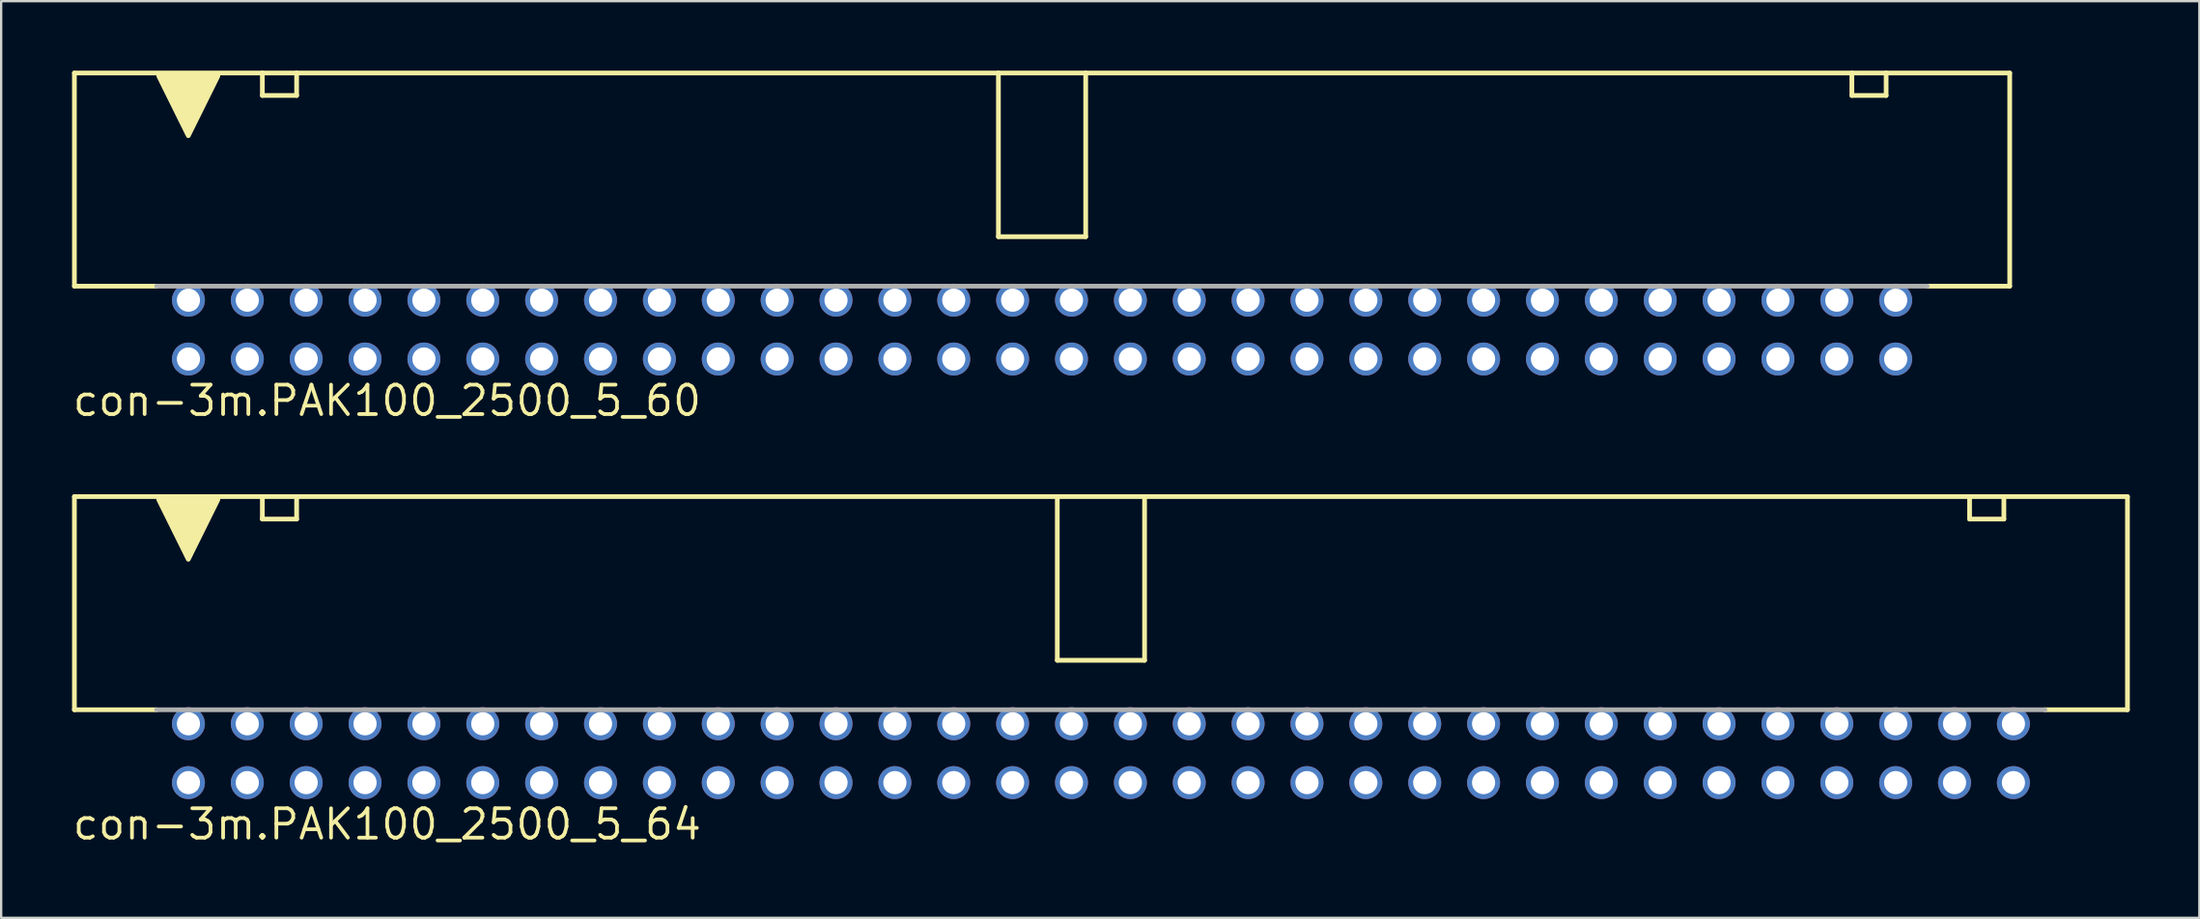
<source format=kicad_pcb>
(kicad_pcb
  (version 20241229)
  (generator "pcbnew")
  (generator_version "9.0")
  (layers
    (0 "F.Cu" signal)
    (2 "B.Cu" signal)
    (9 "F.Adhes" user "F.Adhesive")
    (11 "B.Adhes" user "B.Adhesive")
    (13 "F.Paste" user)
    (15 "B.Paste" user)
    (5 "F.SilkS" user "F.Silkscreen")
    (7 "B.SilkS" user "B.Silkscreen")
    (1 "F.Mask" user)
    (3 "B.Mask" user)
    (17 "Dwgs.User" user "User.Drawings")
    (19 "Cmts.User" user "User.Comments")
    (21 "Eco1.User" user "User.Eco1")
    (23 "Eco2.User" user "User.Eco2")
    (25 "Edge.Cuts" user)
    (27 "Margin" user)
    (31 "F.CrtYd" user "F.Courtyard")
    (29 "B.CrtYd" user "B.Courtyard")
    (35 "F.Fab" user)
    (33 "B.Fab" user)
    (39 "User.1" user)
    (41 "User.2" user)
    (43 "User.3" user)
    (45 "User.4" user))
  (footprint "con-3m.PAK100_2500_5_60"
    (layer "F.Cu")
    (at 41.91 11.177)
    (property "Reference" "con-3m.PAK100_2500_5_60" (at -41.91 3.81 0) (layer "F.SilkS") (effects (font (size 1.27 1.27) (thickness 0.16)) (justify left bottom)))
    (attr through_hole)
    (fp_line (start -41.75 -11.075) (end -41.75 -1.875) (stroke (width 0.203) (type default)) (layer "F.SilkS"))
    (fp_line (start -38.206 -1.875) (end -41.75 -1.875) (stroke (width 0.203) (type default)) (layer "F.SilkS"))
    (fp_line (start -33.641 -11.075) (end -41.75 -11.075) (stroke (width 0.203) (type default)) (layer "F.SilkS"))
    (fp_line (start -33.641 -11.075) (end -32.162 -11.075) (stroke (width 0.203) (type default)) (layer "F.SilkS"))
    (fp_line (start -33.641 -10.105) (end -33.641 -11.075) (stroke (width 0.203) (type default)) (layer "F.SilkS"))
    (fp_line (start -32.162 -11.075) (end -32.162 -10.105) (stroke (width 0.203) (type default)) (layer "F.SilkS"))
    (fp_line (start -32.162 -10.105) (end -33.641 -10.105) (stroke (width 0.203) (type default)) (layer "F.SilkS"))
    (fp_line (start -1.883 -11.075) (end -32.162 -11.075) (stroke (width 0.203) (type default)) (layer "F.SilkS"))
    (fp_line (start -1.883 -4.01) (end -1.883 -11.075) (stroke (width 0.203) (type default)) (layer "F.SilkS"))
    (fp_line (start 1.883 -11.075) (end -1.883 -11.075) (stroke (width 0.203) (type default)) (layer "F.SilkS"))
    (fp_line (start 1.883 -11.075) (end 1.883 -4.01) (stroke (width 0.203) (type default)) (layer "F.SilkS"))
    (fp_line (start 1.883 -4.01) (end -1.883 -4.01) (stroke (width 0.203) (type default)) (layer "F.SilkS"))
    (fp_line (start 34.939 -11.075) (end 1.883 -11.075) (stroke (width 0.203) (type default)) (layer "F.SilkS"))
    (fp_line (start 34.939 -11.075) (end 36.418 -11.075) (stroke (width 0.203) (type default)) (layer "F.SilkS"))
    (fp_line (start 34.939 -10.105) (end 34.939 -11.075) (stroke (width 0.203) (type default)) (layer "F.SilkS"))
    (fp_line (start 36.418 -11.075) (end 36.418 -10.105) (stroke (width 0.203) (type default)) (layer "F.SilkS"))
    (fp_line (start 36.418 -10.105) (end 34.939 -10.105) (stroke (width 0.203) (type default)) (layer "F.SilkS"))
    (fp_line (start 41.75 -11.075) (end 36.418 -11.075) (stroke (width 0.203) (type default)) (layer "F.SilkS"))
    (fp_line (start 41.75 -1.875) (end 38.193 -1.875) (stroke (width 0.203) (type default)) (layer "F.SilkS"))
    (fp_line (start 41.75 -1.875) (end 41.75 -11.075) (stroke (width 0.203) (type default)) (layer "F.SilkS"))
    (fp_poly (pts (xy -38.11 -10.945) (xy -35.56 -10.945) (xy -36.835 -8.37)) (stroke (width 0.203) (type default)) (fill yes) (layer "F.SilkS"))
    (fp_line (start 38.189 -1.875) (end -38.202 -1.875) (stroke (width 0.203) (type default)) (layer "F.Fab"))
    (pad "1" thru_hole circle (at -36.83 1.27) (size 1.422 1.422) (drill 1) (layers "*.Cu" "*.Mask"))
    (pad "2" thru_hole circle (at -36.83 -1.27) (size 1.422 1.422) (drill 1) (layers "*.Cu" "*.Mask"))
    (pad "3" thru_hole circle (at -34.29 1.27) (size 1.422 1.422) (drill 1) (layers "*.Cu" "*.Mask"))
    (pad "4" thru_hole circle (at -34.29 -1.27) (size 1.422 1.422) (drill 1) (layers "*.Cu" "*.Mask"))
    (pad "5" thru_hole circle (at -31.75 1.27) (size 1.422 1.422) (drill 1) (layers "*.Cu" "*.Mask"))
    (pad "6" thru_hole circle (at -31.75 -1.27) (size 1.422 1.422) (drill 1) (layers "*.Cu" "*.Mask"))
    (pad "7" thru_hole circle (at -29.21 1.27) (size 1.422 1.422) (drill 1) (layers "*.Cu" "*.Mask"))
    (pad "8" thru_hole circle (at -29.21 -1.27) (size 1.422 1.422) (drill 1) (layers "*.Cu" "*.Mask"))
    (pad "9" thru_hole circle (at -26.67 1.27) (size 1.422 1.422) (drill 1) (layers "*.Cu" "*.Mask"))
    (pad "10" thru_hole circle (at -26.67 -1.27) (size 1.422 1.422) (drill 1) (layers "*.Cu" "*.Mask"))
    (pad "11" thru_hole circle (at -24.13 1.27) (size 1.422 1.422) (drill 1) (layers "*.Cu" "*.Mask"))
    (pad "12" thru_hole circle (at -24.13 -1.27) (size 1.422 1.422) (drill 1) (layers "*.Cu" "*.Mask"))
    (pad "13" thru_hole circle (at -21.59 1.27) (size 1.422 1.422) (drill 1) (layers "*.Cu" "*.Mask"))
    (pad "14" thru_hole circle (at -21.59 -1.27) (size 1.422 1.422) (drill 1) (layers "*.Cu" "*.Mask"))
    (pad "15" thru_hole circle (at -19.05 1.27) (size 1.422 1.422) (drill 1) (layers "*.Cu" "*.Mask"))
    (pad "16" thru_hole circle (at -19.05 -1.27) (size 1.422 1.422) (drill 1) (layers "*.Cu" "*.Mask"))
    (pad "17" thru_hole circle (at -16.51 1.27) (size 1.422 1.422) (drill 1) (layers "*.Cu" "*.Mask"))
    (pad "18" thru_hole circle (at -16.51 -1.27) (size 1.422 1.422) (drill 1) (layers "*.Cu" "*.Mask"))
    (pad "19" thru_hole circle (at -13.97 1.27) (size 1.422 1.422) (drill 1) (layers "*.Cu" "*.Mask"))
    (pad "20" thru_hole circle (at -13.97 -1.27) (size 1.422 1.422) (drill 1) (layers "*.Cu" "*.Mask"))
    (pad "21" thru_hole circle (at -11.43 1.27) (size 1.422 1.422) (drill 1) (layers "*.Cu" "*.Mask"))
    (pad "22" thru_hole circle (at -11.43 -1.27) (size 1.422 1.422) (drill 1) (layers "*.Cu" "*.Mask"))
    (pad "23" thru_hole circle (at -8.89 1.27) (size 1.422 1.422) (drill 1) (layers "*.Cu" "*.Mask"))
    (pad "24" thru_hole circle (at -8.89 -1.27) (size 1.422 1.422) (drill 1) (layers "*.Cu" "*.Mask"))
    (pad "25" thru_hole circle (at -6.35 1.27) (size 1.422 1.422) (drill 1) (layers "*.Cu" "*.Mask"))
    (pad "26" thru_hole circle (at -6.35 -1.27) (size 1.422 1.422) (drill 1) (layers "*.Cu" "*.Mask"))
    (pad "27" thru_hole circle (at -3.81 1.27) (size 1.422 1.422) (drill 1) (layers "*.Cu" "*.Mask"))
    (pad "28" thru_hole circle (at -3.81 -1.27) (size 1.422 1.422) (drill 1) (layers "*.Cu" "*.Mask"))
    (pad "29" thru_hole circle (at -1.27 1.27) (size 1.422 1.422) (drill 1) (layers "*.Cu" "*.Mask"))
    (pad "30" thru_hole circle (at -1.27 -1.27) (size 1.422 1.422) (drill 1) (layers "*.Cu" "*.Mask"))
    (pad "31" thru_hole circle (at 1.27 1.27) (size 1.422 1.422) (drill 1) (layers "*.Cu" "*.Mask"))
    (pad "32" thru_hole circle (at 1.27 -1.27) (size 1.422 1.422) (drill 1) (layers "*.Cu" "*.Mask"))
    (pad "33" thru_hole circle (at 3.81 1.27) (size 1.422 1.422) (drill 1) (layers "*.Cu" "*.Mask"))
    (pad "34" thru_hole circle (at 3.81 -1.27) (size 1.422 1.422) (drill 1) (layers "*.Cu" "*.Mask"))
    (pad "35" thru_hole circle (at 6.35 1.27) (size 1.422 1.422) (drill 1) (layers "*.Cu" "*.Mask"))
    (pad "36" thru_hole circle (at 6.35 -1.27) (size 1.422 1.422) (drill 1) (layers "*.Cu" "*.Mask"))
    (pad "37" thru_hole circle (at 8.89 1.27) (size 1.422 1.422) (drill 1) (layers "*.Cu" "*.Mask"))
    (pad "38" thru_hole circle (at 8.89 -1.27) (size 1.422 1.422) (drill 1) (layers "*.Cu" "*.Mask"))
    (pad "39" thru_hole circle (at 11.43 1.27) (size 1.422 1.422) (drill 1) (layers "*.Cu" "*.Mask"))
    (pad "40" thru_hole circle (at 11.43 -1.27) (size 1.422 1.422) (drill 1) (layers "*.Cu" "*.Mask"))
    (pad "41" thru_hole circle (at 13.97 1.27) (size 1.422 1.422) (drill 1) (layers "*.Cu" "*.Mask"))
    (pad "42" thru_hole circle (at 13.97 -1.27) (size 1.422 1.422) (drill 1) (layers "*.Cu" "*.Mask"))
    (pad "43" thru_hole circle (at 16.51 1.27) (size 1.422 1.422) (drill 1) (layers "*.Cu" "*.Mask"))
    (pad "44" thru_hole circle (at 16.51 -1.27) (size 1.422 1.422) (drill 1) (layers "*.Cu" "*.Mask"))
    (pad "45" thru_hole circle (at 19.05 1.27) (size 1.422 1.422) (drill 1) (layers "*.Cu" "*.Mask"))
    (pad "46" thru_hole circle (at 19.05 -1.27) (size 1.422 1.422) (drill 1) (layers "*.Cu" "*.Mask"))
    (pad "47" thru_hole circle (at 21.59 1.27) (size 1.422 1.422) (drill 1) (layers "*.Cu" "*.Mask"))
    (pad "48" thru_hole circle (at 21.59 -1.27) (size 1.422 1.422) (drill 1) (layers "*.Cu" "*.Mask"))
    (pad "49" thru_hole circle (at 24.13 1.27) (size 1.422 1.422) (drill 1) (layers "*.Cu" "*.Mask"))
    (pad "50" thru_hole circle (at 24.13 -1.27) (size 1.422 1.422) (drill 1) (layers "*.Cu" "*.Mask"))
    (pad "51" thru_hole circle (at 26.67 1.27) (size 1.422 1.422) (drill 1) (layers "*.Cu" "*.Mask"))
    (pad "52" thru_hole circle (at 26.67 -1.27) (size 1.422 1.422) (drill 1) (layers "*.Cu" "*.Mask"))
    (pad "53" thru_hole circle (at 29.21 1.27) (size 1.422 1.422) (drill 1) (layers "*.Cu" "*.Mask"))
    (pad "54" thru_hole circle (at 29.21 -1.27) (size 1.422 1.422) (drill 1) (layers "*.Cu" "*.Mask"))
    (pad "55" thru_hole circle (at 31.75 1.27) (size 1.422 1.422) (drill 1) (layers "*.Cu" "*.Mask"))
    (pad "56" thru_hole circle (at 31.75 -1.27) (size 1.422 1.422) (drill 1) (layers "*.Cu" "*.Mask"))
    (pad "57" thru_hole circle (at 34.29 1.27) (size 1.422 1.422) (drill 1) (layers "*.Cu" "*.Mask"))
    (pad "58" thru_hole circle (at 34.29 -1.27) (size 1.422 1.422) (drill 1) (layers "*.Cu" "*.Mask"))
    (pad "59" thru_hole circle (at 36.83 1.27) (size 1.422 1.422) (drill 1) (layers "*.Cu" "*.Mask"))
    (pad "60" thru_hole circle (at 36.83 -1.27) (size 1.422 1.422) (drill 1) (layers "*.Cu" "*.Mask")))
  (footprint "con-3m.PAK100_2500_5_64"
    (layer "F.Cu")
    (at 44.45 29.461)
    (property "Reference" "con-3m.PAK100_2500_5_64" (at -44.45 3.81 0) (layer "F.SilkS") (effects (font (size 1.27 1.27) (thickness 0.16)) (justify left bottom)))
    (attr through_hole)
    (fp_line (start -44.29 -11.075) (end -44.29 -1.875) (stroke (width 0.203) (type default)) (layer "F.SilkS"))
    (fp_line (start -40.746 -1.875) (end -44.29 -1.875) (stroke (width 0.203) (type default)) (layer "F.SilkS"))
    (fp_line (start -36.181 -11.075) (end -44.29 -11.075) (stroke (width 0.203) (type default)) (layer "F.SilkS"))
    (fp_line (start -36.181 -11.075) (end -34.702 -11.075) (stroke (width 0.203) (type default)) (layer "F.SilkS"))
    (fp_line (start -36.181 -10.105) (end -36.181 -11.075) (stroke (width 0.203) (type default)) (layer "F.SilkS"))
    (fp_line (start -34.702 -11.075) (end -34.702 -10.105) (stroke (width 0.203) (type default)) (layer "F.SilkS"))
    (fp_line (start -34.702 -10.105) (end -36.181 -10.105) (stroke (width 0.203) (type default)) (layer "F.SilkS"))
    (fp_line (start -1.883 -11.075) (end -34.702 -11.075) (stroke (width 0.203) (type default)) (layer "F.SilkS"))
    (fp_line (start -1.883 -4.01) (end -1.883 -11.075) (stroke (width 0.203) (type default)) (layer "F.SilkS"))
    (fp_line (start 1.883 -11.075) (end -1.883 -11.075) (stroke (width 0.203) (type default)) (layer "F.SilkS"))
    (fp_line (start 1.883 -11.075) (end 1.883 -4.01) (stroke (width 0.203) (type default)) (layer "F.SilkS"))
    (fp_line (start 1.883 -4.01) (end -1.883 -4.01) (stroke (width 0.203) (type default)) (layer "F.SilkS"))
    (fp_line (start 37.479 -11.075) (end 1.883 -11.075) (stroke (width 0.203) (type default)) (layer "F.SilkS"))
    (fp_line (start 37.479 -11.075) (end 38.958 -11.075) (stroke (width 0.203) (type default)) (layer "F.SilkS"))
    (fp_line (start 37.479 -10.105) (end 37.479 -11.075) (stroke (width 0.203) (type default)) (layer "F.SilkS"))
    (fp_line (start 38.958 -11.075) (end 38.958 -10.105) (stroke (width 0.203) (type default)) (layer "F.SilkS"))
    (fp_line (start 38.958 -10.105) (end 37.479 -10.105) (stroke (width 0.203) (type default)) (layer "F.SilkS"))
    (fp_line (start 44.29 -11.075) (end 38.958 -11.075) (stroke (width 0.203) (type default)) (layer "F.SilkS"))
    (fp_line (start 44.29 -1.875) (end 40.733 -1.875) (stroke (width 0.203) (type default)) (layer "F.SilkS"))
    (fp_line (start 44.29 -1.875) (end 44.29 -11.075) (stroke (width 0.203) (type default)) (layer "F.SilkS"))
    (fp_poly (pts (xy -40.65 -10.945) (xy -38.1 -10.945) (xy -39.375 -8.37)) (stroke (width 0.203) (type default)) (fill yes) (layer "F.SilkS"))
    (fp_line (start 40.729 -1.875) (end -40.742 -1.875) (stroke (width 0.203) (type default)) (layer "F.Fab"))
    (pad "1" thru_hole circle (at -39.37 1.27) (size 1.422 1.422) (drill 1) (layers "*.Cu" "*.Mask"))
    (pad "2" thru_hole circle (at -39.37 -1.27) (size 1.422 1.422) (drill 1) (layers "*.Cu" "*.Mask"))
    (pad "3" thru_hole circle (at -36.83 1.27) (size 1.422 1.422) (drill 1) (layers "*.Cu" "*.Mask"))
    (pad "4" thru_hole circle (at -36.83 -1.27) (size 1.422 1.422) (drill 1) (layers "*.Cu" "*.Mask"))
    (pad "5" thru_hole circle (at -34.29 1.27) (size 1.422 1.422) (drill 1) (layers "*.Cu" "*.Mask"))
    (pad "6" thru_hole circle (at -34.29 -1.27) (size 1.422 1.422) (drill 1) (layers "*.Cu" "*.Mask"))
    (pad "7" thru_hole circle (at -31.75 1.27) (size 1.422 1.422) (drill 1) (layers "*.Cu" "*.Mask"))
    (pad "8" thru_hole circle (at -31.75 -1.27) (size 1.422 1.422) (drill 1) (layers "*.Cu" "*.Mask"))
    (pad "9" thru_hole circle (at -29.21 1.27) (size 1.422 1.422) (drill 1) (layers "*.Cu" "*.Mask"))
    (pad "10" thru_hole circle (at -29.21 -1.27) (size 1.422 1.422) (drill 1) (layers "*.Cu" "*.Mask"))
    (pad "11" thru_hole circle (at -26.67 1.27) (size 1.422 1.422) (drill 1) (layers "*.Cu" "*.Mask"))
    (pad "12" thru_hole circle (at -26.67 -1.27) (size 1.422 1.422) (drill 1) (layers "*.Cu" "*.Mask"))
    (pad "13" thru_hole circle (at -24.13 1.27) (size 1.422 1.422) (drill 1) (layers "*.Cu" "*.Mask"))
    (pad "14" thru_hole circle (at -24.13 -1.27) (size 1.422 1.422) (drill 1) (layers "*.Cu" "*.Mask"))
    (pad "15" thru_hole circle (at -21.59 1.27) (size 1.422 1.422) (drill 1) (layers "*.Cu" "*.Mask"))
    (pad "16" thru_hole circle (at -21.59 -1.27) (size 1.422 1.422) (drill 1) (layers "*.Cu" "*.Mask"))
    (pad "17" thru_hole circle (at -19.05 1.27) (size 1.422 1.422) (drill 1) (layers "*.Cu" "*.Mask"))
    (pad "18" thru_hole circle (at -19.05 -1.27) (size 1.422 1.422) (drill 1) (layers "*.Cu" "*.Mask"))
    (pad "19" thru_hole circle (at -16.51 1.27) (size 1.422 1.422) (drill 1) (layers "*.Cu" "*.Mask"))
    (pad "20" thru_hole circle (at -16.51 -1.27) (size 1.422 1.422) (drill 1) (layers "*.Cu" "*.Mask"))
    (pad "21" thru_hole circle (at -13.97 1.27) (size 1.422 1.422) (drill 1) (layers "*.Cu" "*.Mask"))
    (pad "22" thru_hole circle (at -13.97 -1.27) (size 1.422 1.422) (drill 1) (layers "*.Cu" "*.Mask"))
    (pad "23" thru_hole circle (at -11.43 1.27) (size 1.422 1.422) (drill 1) (layers "*.Cu" "*.Mask"))
    (pad "24" thru_hole circle (at -11.43 -1.27) (size 1.422 1.422) (drill 1) (layers "*.Cu" "*.Mask"))
    (pad "25" thru_hole circle (at -8.89 1.27) (size 1.422 1.422) (drill 1) (layers "*.Cu" "*.Mask"))
    (pad "26" thru_hole circle (at -8.89 -1.27) (size 1.422 1.422) (drill 1) (layers "*.Cu" "*.Mask"))
    (pad "27" thru_hole circle (at -6.35 1.27) (size 1.422 1.422) (drill 1) (layers "*.Cu" "*.Mask"))
    (pad "28" thru_hole circle (at -6.35 -1.27) (size 1.422 1.422) (drill 1) (layers "*.Cu" "*.Mask"))
    (pad "29" thru_hole circle (at -3.81 1.27) (size 1.422 1.422) (drill 1) (layers "*.Cu" "*.Mask"))
    (pad "30" thru_hole circle (at -3.81 -1.27) (size 1.422 1.422) (drill 1) (layers "*.Cu" "*.Mask"))
    (pad "31" thru_hole circle (at -1.27 1.27) (size 1.422 1.422) (drill 1) (layers "*.Cu" "*.Mask"))
    (pad "32" thru_hole circle (at -1.27 -1.27) (size 1.422 1.422) (drill 1) (layers "*.Cu" "*.Mask"))
    (pad "33" thru_hole circle (at 1.27 1.27) (size 1.422 1.422) (drill 1) (layers "*.Cu" "*.Mask"))
    (pad "34" thru_hole circle (at 1.27 -1.27) (size 1.422 1.422) (drill 1) (layers "*.Cu" "*.Mask"))
    (pad "35" thru_hole circle (at 3.81 1.27) (size 1.422 1.422) (drill 1) (layers "*.Cu" "*.Mask"))
    (pad "36" thru_hole circle (at 3.81 -1.27) (size 1.422 1.422) (drill 1) (layers "*.Cu" "*.Mask"))
    (pad "37" thru_hole circle (at 6.35 1.27) (size 1.422 1.422) (drill 1) (layers "*.Cu" "*.Mask"))
    (pad "38" thru_hole circle (at 6.35 -1.27) (size 1.422 1.422) (drill 1) (layers "*.Cu" "*.Mask"))
    (pad "39" thru_hole circle (at 8.89 1.27) (size 1.422 1.422) (drill 1) (layers "*.Cu" "*.Mask"))
    (pad "40" thru_hole circle (at 8.89 -1.27) (size 1.422 1.422) (drill 1) (layers "*.Cu" "*.Mask"))
    (pad "41" thru_hole circle (at 11.43 1.27) (size 1.422 1.422) (drill 1) (layers "*.Cu" "*.Mask"))
    (pad "42" thru_hole circle (at 11.43 -1.27) (size 1.422 1.422) (drill 1) (layers "*.Cu" "*.Mask"))
    (pad "43" thru_hole circle (at 13.97 1.27) (size 1.422 1.422) (drill 1) (layers "*.Cu" "*.Mask"))
    (pad "44" thru_hole circle (at 13.97 -1.27) (size 1.422 1.422) (drill 1) (layers "*.Cu" "*.Mask"))
    (pad "45" thru_hole circle (at 16.51 1.27) (size 1.422 1.422) (drill 1) (layers "*.Cu" "*.Mask"))
    (pad "46" thru_hole circle (at 16.51 -1.27) (size 1.422 1.422) (drill 1) (layers "*.Cu" "*.Mask"))
    (pad "47" thru_hole circle (at 19.05 1.27) (size 1.422 1.422) (drill 1) (layers "*.Cu" "*.Mask"))
    (pad "48" thru_hole circle (at 19.05 -1.27) (size 1.422 1.422) (drill 1) (layers "*.Cu" "*.Mask"))
    (pad "49" thru_hole circle (at 21.59 1.27) (size 1.422 1.422) (drill 1) (layers "*.Cu" "*.Mask"))
    (pad "50" thru_hole circle (at 21.59 -1.27) (size 1.422 1.422) (drill 1) (layers "*.Cu" "*.Mask"))
    (pad "51" thru_hole circle (at 24.13 1.27) (size 1.422 1.422) (drill 1) (layers "*.Cu" "*.Mask"))
    (pad "52" thru_hole circle (at 24.13 -1.27) (size 1.422 1.422) (drill 1) (layers "*.Cu" "*.Mask"))
    (pad "53" thru_hole circle (at 26.67 1.27) (size 1.422 1.422) (drill 1) (layers "*.Cu" "*.Mask"))
    (pad "54" thru_hole circle (at 26.67 -1.27) (size 1.422 1.422) (drill 1) (layers "*.Cu" "*.Mask"))
    (pad "55" thru_hole circle (at 29.21 1.27) (size 1.422 1.422) (drill 1) (layers "*.Cu" "*.Mask"))
    (pad "56" thru_hole circle (at 29.21 -1.27) (size 1.422 1.422) (drill 1) (layers "*.Cu" "*.Mask"))
    (pad "57" thru_hole circle (at 31.75 1.27) (size 1.422 1.422) (drill 1) (layers "*.Cu" "*.Mask"))
    (pad "58" thru_hole circle (at 31.75 -1.27) (size 1.422 1.422) (drill 1) (layers "*.Cu" "*.Mask"))
    (pad "59" thru_hole circle (at 34.29 1.27) (size 1.422 1.422) (drill 1) (layers "*.Cu" "*.Mask"))
    (pad "60" thru_hole circle (at 34.29 -1.27) (size 1.422 1.422) (drill 1) (layers "*.Cu" "*.Mask"))
    (pad "61" thru_hole circle (at 36.83 1.27) (size 1.422 1.422) (drill 1) (layers "*.Cu" "*.Mask"))
    (pad "62" thru_hole circle (at 36.83 -1.27) (size 1.422 1.422) (drill 1) (layers "*.Cu" "*.Mask"))
    (pad "63" thru_hole circle (at 39.37 1.27) (size 1.422 1.422) (drill 1) (layers "*.Cu" "*.Mask"))
    (pad "64" thru_hole circle (at 39.37 -1.27) (size 1.422 1.422) (drill 1) (layers "*.Cu" "*.Mask")))
  (gr_rect
    (start -3 -3)
    (end 91.842 36.568)
    (stroke (width 0.1) (type default))
    (fill no)
    (layer "Edge.Cuts")))
</source>
